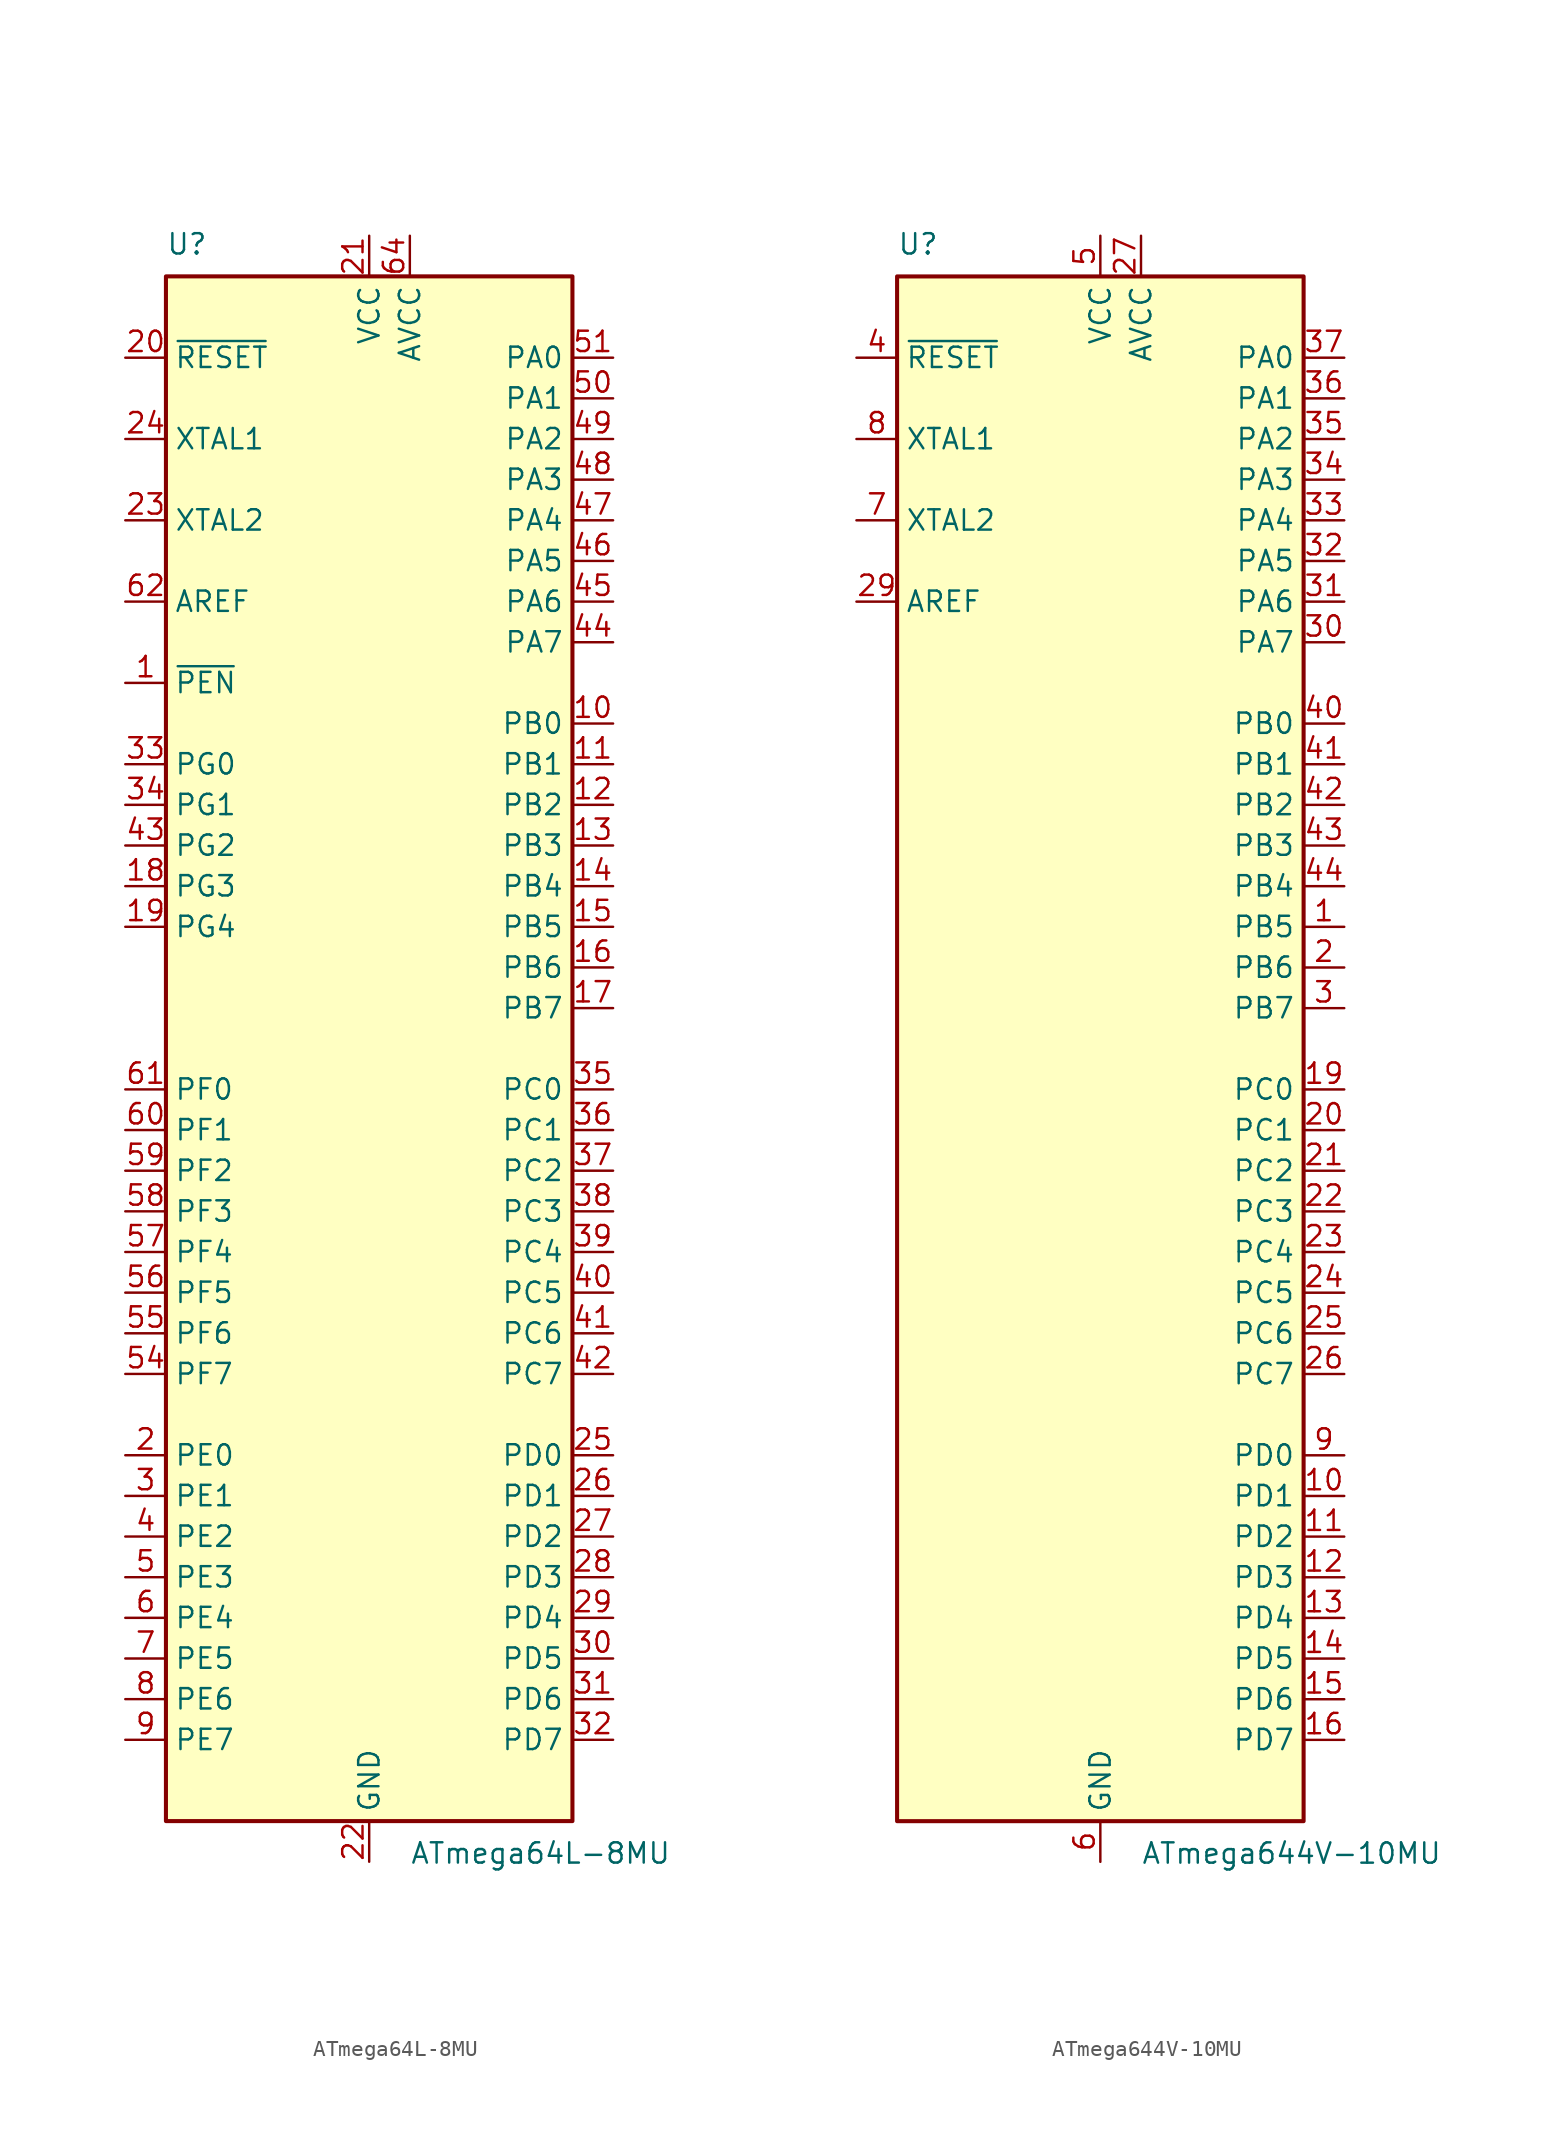
<source format=kicad_sym>
(kicad_symbol_lib
  (version 20211014)
  (generator kicad_symbol_editor)
  (symbol "ATmega64L-8MU"
    (property "Reference" "U"
      (at -12.7 49.53 0)
      (effects (font (size 1.27 1.27)) (justify left bottom)))
    (property "Value" "ATmega64L-8MU"
      (at 2.54 -49.53 0)
      (effects (font (size 1.27 1.27)) (justify left top)))
    (symbol "ATmega64L-8MU_0_1"
      (rectangle (start -12.7 -48.26) (end 12.7 48.26) (stroke (width 0.254) (type default) (color 0 0 0 0)) (fill (type background))))
    (symbol "ATmega64L-8MU_1_1"
      (pin input line (at -15.24 22.86 0) (length 2.54) (name "~{PEN}" (effects (font (size 1.27 1.27)))) (number "1" (effects (font (size 1.27 1.27)))))
      (pin bidirectional line (at 15.24 20.32 180) (length 2.54) (name "PB0" (effects (font (size 1.27 1.27)))) (number "10" (effects (font (size 1.27 1.27)))))
      (pin bidirectional line (at 15.24 17.78 180) (length 2.54) (name "PB1" (effects (font (size 1.27 1.27)))) (number "11" (effects (font (size 1.27 1.27)))))
      (pin bidirectional line (at 15.24 15.24 180) (length 2.54) (name "PB2" (effects (font (size 1.27 1.27)))) (number "12" (effects (font (size 1.27 1.27)))))
      (pin bidirectional line (at 15.24 12.7 180) (length 2.54) (name "PB3" (effects (font (size 1.27 1.27)))) (number "13" (effects (font (size 1.27 1.27)))))
      (pin bidirectional line (at 15.24 10.16 180) (length 2.54) (name "PB4" (effects (font (size 1.27 1.27)))) (number "14" (effects (font (size 1.27 1.27)))))
      (pin bidirectional line (at 15.24 7.62 180) (length 2.54) (name "PB5" (effects (font (size 1.27 1.27)))) (number "15" (effects (font (size 1.27 1.27)))))
      (pin bidirectional line (at 15.24 5.08 180) (length 2.54) (name "PB6" (effects (font (size 1.27 1.27)))) (number "16" (effects (font (size 1.27 1.27)))))
      (pin bidirectional line (at 15.24 2.54 180) (length 2.54) (name "PB7" (effects (font (size 1.27 1.27)))) (number "17" (effects (font (size 1.27 1.27)))))
      (pin bidirectional line (at -15.24 10.16 0) (length 2.54) (name "PG3" (effects (font (size 1.27 1.27)))) (number "18" (effects (font (size 1.27 1.27)))))
      (pin bidirectional line (at -15.24 7.62 0) (length 2.54) (name "PG4" (effects (font (size 1.27 1.27)))) (number "19" (effects (font (size 1.27 1.27)))))
      (pin bidirectional line (at -15.24 -25.4 0) (length 2.54) (name "PE0" (effects (font (size 1.27 1.27)))) (number "2" (effects (font (size 1.27 1.27)))))
      (pin input line (at -15.24 43.18 0) (length 2.54) (name "~{RESET}" (effects (font (size 1.27 1.27)))) (number "20" (effects (font (size 1.27 1.27)))))
      (pin power_in line (at 0 50.8 270) (length 2.54) (name "VCC" (effects (font (size 1.27 1.27)))) (number "21" (effects (font (size 1.27 1.27)))))
      (pin power_in line (at 0 -50.8 90) (length 2.54) (name "GND" (effects (font (size 1.27 1.27)))) (number "22" (effects (font (size 1.27 1.27)))))
      (pin output line (at -15.24 33.02 0) (length 2.54) (name "XTAL2" (effects (font (size 1.27 1.27)))) (number "23" (effects (font (size 1.27 1.27)))))
      (pin input line (at -15.24 38.1 0) (length 2.54) (name "XTAL1" (effects (font (size 1.27 1.27)))) (number "24" (effects (font (size 1.27 1.27)))))
      (pin bidirectional line (at 15.24 -25.4 180) (length 2.54) (name "PD0" (effects (font (size 1.27 1.27)))) (number "25" (effects (font (size 1.27 1.27)))))
      (pin bidirectional line (at 15.24 -27.94 180) (length 2.54) (name "PD1" (effects (font (size 1.27 1.27)))) (number "26" (effects (font (size 1.27 1.27)))))
      (pin bidirectional line (at 15.24 -30.48 180) (length 2.54) (name "PD2" (effects (font (size 1.27 1.27)))) (number "27" (effects (font (size 1.27 1.27)))))
      (pin bidirectional line (at 15.24 -33.02 180) (length 2.54) (name "PD3" (effects (font (size 1.27 1.27)))) (number "28" (effects (font (size 1.27 1.27)))))
      (pin bidirectional line (at 15.24 -35.56 180) (length 2.54) (name "PD4" (effects (font (size 1.27 1.27)))) (number "29" (effects (font (size 1.27 1.27)))))
      (pin bidirectional line (at -15.24 -27.94 0) (length 2.54) (name "PE1" (effects (font (size 1.27 1.27)))) (number "3" (effects (font (size 1.27 1.27)))))
      (pin bidirectional line (at 15.24 -38.1 180) (length 2.54) (name "PD5" (effects (font (size 1.27 1.27)))) (number "30" (effects (font (size 1.27 1.27)))))
      (pin bidirectional line (at 15.24 -40.64 180) (length 2.54) (name "PD6" (effects (font (size 1.27 1.27)))) (number "31" (effects (font (size 1.27 1.27)))))
      (pin bidirectional line (at 15.24 -43.18 180) (length 2.54) (name "PD7" (effects (font (size 1.27 1.27)))) (number "32" (effects (font (size 1.27 1.27)))))
      (pin bidirectional line (at -15.24 17.78 0) (length 2.54) (name "PG0" (effects (font (size 1.27 1.27)))) (number "33" (effects (font (size 1.27 1.27)))))
      (pin bidirectional line (at -15.24 15.24 0) (length 2.54) (name "PG1" (effects (font (size 1.27 1.27)))) (number "34" (effects (font (size 1.27 1.27)))))
      (pin bidirectional line (at 15.24 -2.54 180) (length 2.54) (name "PC0" (effects (font (size 1.27 1.27)))) (number "35" (effects (font (size 1.27 1.27)))))
      (pin bidirectional line (at 15.24 -5.08 180) (length 2.54) (name "PC1" (effects (font (size 1.27 1.27)))) (number "36" (effects (font (size 1.27 1.27)))))
      (pin bidirectional line (at 15.24 -7.62 180) (length 2.54) (name "PC2" (effects (font (size 1.27 1.27)))) (number "37" (effects (font (size 1.27 1.27)))))
      (pin bidirectional line (at 15.24 -10.16 180) (length 2.54) (name "PC3" (effects (font (size 1.27 1.27)))) (number "38" (effects (font (size 1.27 1.27)))))
      (pin bidirectional line (at 15.24 -12.7 180) (length 2.54) (name "PC4" (effects (font (size 1.27 1.27)))) (number "39" (effects (font (size 1.27 1.27)))))
      (pin bidirectional line (at -15.24 -30.48 0) (length 2.54) (name "PE2" (effects (font (size 1.27 1.27)))) (number "4" (effects (font (size 1.27 1.27)))))
      (pin bidirectional line (at 15.24 -15.24 180) (length 2.54) (name "PC5" (effects (font (size 1.27 1.27)))) (number "40" (effects (font (size 1.27 1.27)))))
      (pin bidirectional line (at 15.24 -17.78 180) (length 2.54) (name "PC6" (effects (font (size 1.27 1.27)))) (number "41" (effects (font (size 1.27 1.27)))))
      (pin bidirectional line (at 15.24 -20.32 180) (length 2.54) (name "PC7" (effects (font (size 1.27 1.27)))) (number "42" (effects (font (size 1.27 1.27)))))
      (pin bidirectional line (at -15.24 12.7 0) (length 2.54) (name "PG2" (effects (font (size 1.27 1.27)))) (number "43" (effects (font (size 1.27 1.27)))))
      (pin bidirectional line (at 15.24 25.4 180) (length 2.54) (name "PA7" (effects (font (size 1.27 1.27)))) (number "44" (effects (font (size 1.27 1.27)))))
      (pin bidirectional line (at 15.24 27.94 180) (length 2.54) (name "PA6" (effects (font (size 1.27 1.27)))) (number "45" (effects (font (size 1.27 1.27)))))
      (pin bidirectional line (at 15.24 30.48 180) (length 2.54) (name "PA5" (effects (font (size 1.27 1.27)))) (number "46" (effects (font (size 1.27 1.27)))))
      (pin bidirectional line (at 15.24 33.02 180) (length 2.54) (name "PA4" (effects (font (size 1.27 1.27)))) (number "47" (effects (font (size 1.27 1.27)))))
      (pin bidirectional line (at 15.24 35.56 180) (length 2.54) (name "PA3" (effects (font (size 1.27 1.27)))) (number "48" (effects (font (size 1.27 1.27)))))
      (pin bidirectional line (at 15.24 38.1 180) (length 2.54) (name "PA2" (effects (font (size 1.27 1.27)))) (number "49" (effects (font (size 1.27 1.27)))))
      (pin bidirectional line (at -15.24 -33.02 0) (length 2.54) (name "PE3" (effects (font (size 1.27 1.27)))) (number "5" (effects (font (size 1.27 1.27)))))
      (pin bidirectional line (at 15.24 40.64 180) (length 2.54) (name "PA1" (effects (font (size 1.27 1.27)))) (number "50" (effects (font (size 1.27 1.27)))))
      (pin bidirectional line (at 15.24 43.18 180) (length 2.54) (name "PA0" (effects (font (size 1.27 1.27)))) (number "51" (effects (font (size 1.27 1.27)))))
      (pin passive line (at 0 50.8 270) (length 2.54) hide (name "VCC" (effects (font (size 1.27 1.27)))) (number "52" (effects (font (size 1.27 1.27)))))
      (pin passive line (at 0 -50.8 90) (length 2.54) hide (name "GND" (effects (font (size 1.27 1.27)))) (number "53" (effects (font (size 1.27 1.27)))))
      (pin bidirectional line (at -15.24 -20.32 0) (length 2.54) (name "PF7" (effects (font (size 1.27 1.27)))) (number "54" (effects (font (size 1.27 1.27)))))
      (pin bidirectional line (at -15.24 -17.78 0) (length 2.54) (name "PF6" (effects (font (size 1.27 1.27)))) (number "55" (effects (font (size 1.27 1.27)))))
      (pin bidirectional line (at -15.24 -15.24 0) (length 2.54) (name "PF5" (effects (font (size 1.27 1.27)))) (number "56" (effects (font (size 1.27 1.27)))))
      (pin bidirectional line (at -15.24 -12.7 0) (length 2.54) (name "PF4" (effects (font (size 1.27 1.27)))) (number "57" (effects (font (size 1.27 1.27)))))
      (pin bidirectional line (at -15.24 -10.16 0) (length 2.54) (name "PF3" (effects (font (size 1.27 1.27)))) (number "58" (effects (font (size 1.27 1.27)))))
      (pin bidirectional line (at -15.24 -7.62 0) (length 2.54) (name "PF2" (effects (font (size 1.27 1.27)))) (number "59" (effects (font (size 1.27 1.27)))))
      (pin bidirectional line (at -15.24 -35.56 0) (length 2.54) (name "PE4" (effects (font (size 1.27 1.27)))) (number "6" (effects (font (size 1.27 1.27)))))
      (pin bidirectional line (at -15.24 -5.08 0) (length 2.54) (name "PF1" (effects (font (size 1.27 1.27)))) (number "60" (effects (font (size 1.27 1.27)))))
      (pin bidirectional line (at -15.24 -2.54 0) (length 2.54) (name "PF0" (effects (font (size 1.27 1.27)))) (number "61" (effects (font (size 1.27 1.27)))))
      (pin passive line (at -15.24 27.94 0) (length 2.54) (name "AREF" (effects (font (size 1.27 1.27)))) (number "62" (effects (font (size 1.27 1.27)))))
      (pin passive line (at 0 -50.8 90) (length 2.54) hide (name "GND" (effects (font (size 1.27 1.27)))) (number "63" (effects (font (size 1.27 1.27)))))
      (pin power_in line (at 2.54 50.8 270) (length 2.54) (name "AVCC" (effects (font (size 1.27 1.27)))) (number "64" (effects (font (size 1.27 1.27)))))
      (pin passive line (at 0 -50.8 90) (length 2.54) hide (name "GND" (effects (font (size 1.27 1.27)))) (number "65" (effects (font (size 1.27 1.27)))))
      (pin bidirectional line (at -15.24 -38.1 0) (length 2.54) (name "PE5" (effects (font (size 1.27 1.27)))) (number "7" (effects (font (size 1.27 1.27)))))
      (pin bidirectional line (at -15.24 -40.64 0) (length 2.54) (name "PE6" (effects (font (size 1.27 1.27)))) (number "8" (effects (font (size 1.27 1.27)))))
      (pin bidirectional line (at -15.24 -43.18 0) (length 2.54) (name "PE7" (effects (font (size 1.27 1.27)))) (number "9" (effects (font (size 1.27 1.27)))))))
  (symbol "ATmega644V-10MU"
    (property "Reference" "U"
      (at -12.7 49.53 0)
      (effects (font (size 1.27 1.27)) (justify left bottom)))
    (property "Value" "ATmega644V-10MU"
      (at 2.54 -49.53 0)
      (effects (font (size 1.27 1.27)) (justify left top)))
    (symbol "ATmega644V-10MU_0_1"
      (rectangle (start -12.7 -48.26) (end 12.7 48.26) (stroke (width 0.254) (type default) (color 0 0 0 0)) (fill (type background))))
    (symbol "ATmega644V-10MU_1_1"
      (pin bidirectional line (at 15.24 7.62 180) (length 2.54) (name "PB5" (effects (font (size 1.27 1.27)))) (number "1" (effects (font (size 1.27 1.27)))))
      (pin bidirectional line (at 15.24 -27.94 180) (length 2.54) (name "PD1" (effects (font (size 1.27 1.27)))) (number "10" (effects (font (size 1.27 1.27)))))
      (pin bidirectional line (at 15.24 -30.48 180) (length 2.54) (name "PD2" (effects (font (size 1.27 1.27)))) (number "11" (effects (font (size 1.27 1.27)))))
      (pin bidirectional line (at 15.24 -33.02 180) (length 2.54) (name "PD3" (effects (font (size 1.27 1.27)))) (number "12" (effects (font (size 1.27 1.27)))))
      (pin bidirectional line (at 15.24 -35.56 180) (length 2.54) (name "PD4" (effects (font (size 1.27 1.27)))) (number "13" (effects (font (size 1.27 1.27)))))
      (pin bidirectional line (at 15.24 -38.1 180) (length 2.54) (name "PD5" (effects (font (size 1.27 1.27)))) (number "14" (effects (font (size 1.27 1.27)))))
      (pin bidirectional line (at 15.24 -40.64 180) (length 2.54) (name "PD6" (effects (font (size 1.27 1.27)))) (number "15" (effects (font (size 1.27 1.27)))))
      (pin bidirectional line (at 15.24 -43.18 180) (length 2.54) (name "PD7" (effects (font (size 1.27 1.27)))) (number "16" (effects (font (size 1.27 1.27)))))
      (pin passive line (at 0 50.8 270) (length 2.54) hide (name "VCC" (effects (font (size 1.27 1.27)))) (number "17" (effects (font (size 1.27 1.27)))))
      (pin passive line (at 0 -50.8 90) (length 2.54) hide (name "GND" (effects (font (size 1.27 1.27)))) (number "18" (effects (font (size 1.27 1.27)))))
      (pin bidirectional line (at 15.24 -2.54 180) (length 2.54) (name "PC0" (effects (font (size 1.27 1.27)))) (number "19" (effects (font (size 1.27 1.27)))))
      (pin bidirectional line (at 15.24 5.08 180) (length 2.54) (name "PB6" (effects (font (size 1.27 1.27)))) (number "2" (effects (font (size 1.27 1.27)))))
      (pin bidirectional line (at 15.24 -5.08 180) (length 2.54) (name "PC1" (effects (font (size 1.27 1.27)))) (number "20" (effects (font (size 1.27 1.27)))))
      (pin bidirectional line (at 15.24 -7.62 180) (length 2.54) (name "PC2" (effects (font (size 1.27 1.27)))) (number "21" (effects (font (size 1.27 1.27)))))
      (pin bidirectional line (at 15.24 -10.16 180) (length 2.54) (name "PC3" (effects (font (size 1.27 1.27)))) (number "22" (effects (font (size 1.27 1.27)))))
      (pin bidirectional line (at 15.24 -12.7 180) (length 2.54) (name "PC4" (effects (font (size 1.27 1.27)))) (number "23" (effects (font (size 1.27 1.27)))))
      (pin bidirectional line (at 15.24 -15.24 180) (length 2.54) (name "PC5" (effects (font (size 1.27 1.27)))) (number "24" (effects (font (size 1.27 1.27)))))
      (pin bidirectional line (at 15.24 -17.78 180) (length 2.54) (name "PC6" (effects (font (size 1.27 1.27)))) (number "25" (effects (font (size 1.27 1.27)))))
      (pin bidirectional line (at 15.24 -20.32 180) (length 2.54) (name "PC7" (effects (font (size 1.27 1.27)))) (number "26" (effects (font (size 1.27 1.27)))))
      (pin power_in line (at 2.54 50.8 270) (length 2.54) (name "AVCC" (effects (font (size 1.27 1.27)))) (number "27" (effects (font (size 1.27 1.27)))))
      (pin passive line (at 0 -50.8 90) (length 2.54) hide (name "GND" (effects (font (size 1.27 1.27)))) (number "28" (effects (font (size 1.27 1.27)))))
      (pin passive line (at -15.24 27.94 0) (length 2.54) (name "AREF" (effects (font (size 1.27 1.27)))) (number "29" (effects (font (size 1.27 1.27)))))
      (pin bidirectional line (at 15.24 2.54 180) (length 2.54) (name "PB7" (effects (font (size 1.27 1.27)))) (number "3" (effects (font (size 1.27 1.27)))))
      (pin bidirectional line (at 15.24 25.4 180) (length 2.54) (name "PA7" (effects (font (size 1.27 1.27)))) (number "30" (effects (font (size 1.27 1.27)))))
      (pin bidirectional line (at 15.24 27.94 180) (length 2.54) (name "PA6" (effects (font (size 1.27 1.27)))) (number "31" (effects (font (size 1.27 1.27)))))
      (pin bidirectional line (at 15.24 30.48 180) (length 2.54) (name "PA5" (effects (font (size 1.27 1.27)))) (number "32" (effects (font (size 1.27 1.27)))))
      (pin bidirectional line (at 15.24 33.02 180) (length 2.54) (name "PA4" (effects (font (size 1.27 1.27)))) (number "33" (effects (font (size 1.27 1.27)))))
      (pin bidirectional line (at 15.24 35.56 180) (length 2.54) (name "PA3" (effects (font (size 1.27 1.27)))) (number "34" (effects (font (size 1.27 1.27)))))
      (pin bidirectional line (at 15.24 38.1 180) (length 2.54) (name "PA2" (effects (font (size 1.27 1.27)))) (number "35" (effects (font (size 1.27 1.27)))))
      (pin bidirectional line (at 15.24 40.64 180) (length 2.54) (name "PA1" (effects (font (size 1.27 1.27)))) (number "36" (effects (font (size 1.27 1.27)))))
      (pin bidirectional line (at 15.24 43.18 180) (length 2.54) (name "PA0" (effects (font (size 1.27 1.27)))) (number "37" (effects (font (size 1.27 1.27)))))
      (pin passive line (at 0 50.8 270) (length 2.54) hide (name "VCC" (effects (font (size 1.27 1.27)))) (number "38" (effects (font (size 1.27 1.27)))))
      (pin passive line (at 0 -50.8 90) (length 2.54) hide (name "GND" (effects (font (size 1.27 1.27)))) (number "39" (effects (font (size 1.27 1.27)))))
      (pin input line (at -15.24 43.18 0) (length 2.54) (name "~{RESET}" (effects (font (size 1.27 1.27)))) (number "4" (effects (font (size 1.27 1.27)))))
      (pin bidirectional line (at 15.24 20.32 180) (length 2.54) (name "PB0" (effects (font (size 1.27 1.27)))) (number "40" (effects (font (size 1.27 1.27)))))
      (pin bidirectional line (at 15.24 17.78 180) (length 2.54) (name "PB1" (effects (font (size 1.27 1.27)))) (number "41" (effects (font (size 1.27 1.27)))))
      (pin bidirectional line (at 15.24 15.24 180) (length 2.54) (name "PB2" (effects (font (size 1.27 1.27)))) (number "42" (effects (font (size 1.27 1.27)))))
      (pin bidirectional line (at 15.24 12.7 180) (length 2.54) (name "PB3" (effects (font (size 1.27 1.27)))) (number "43" (effects (font (size 1.27 1.27)))))
      (pin bidirectional line (at 15.24 10.16 180) (length 2.54) (name "PB4" (effects (font (size 1.27 1.27)))) (number "44" (effects (font (size 1.27 1.27)))))
      (pin passive line (at 0 -50.8 90) (length 2.54) hide (name "GND" (effects (font (size 1.27 1.27)))) (number "45" (effects (font (size 1.27 1.27)))))
      (pin power_in line (at 0 50.8 270) (length 2.54) (name "VCC" (effects (font (size 1.27 1.27)))) (number "5" (effects (font (size 1.27 1.27)))))
      (pin power_in line (at 0 -50.8 90) (length 2.54) (name "GND" (effects (font (size 1.27 1.27)))) (number "6" (effects (font (size 1.27 1.27)))))
      (pin output line (at -15.24 33.02 0) (length 2.54) (name "XTAL2" (effects (font (size 1.27 1.27)))) (number "7" (effects (font (size 1.27 1.27)))))
      (pin input line (at -15.24 38.1 0) (length 2.54) (name "XTAL1" (effects (font (size 1.27 1.27)))) (number "8" (effects (font (size 1.27 1.27)))))
      (pin bidirectional line (at 15.24 -25.4 180) (length 2.54) (name "PD0" (effects (font (size 1.27 1.27)))) (number "9" (effects (font (size 1.27 1.27))))))))
</source>
